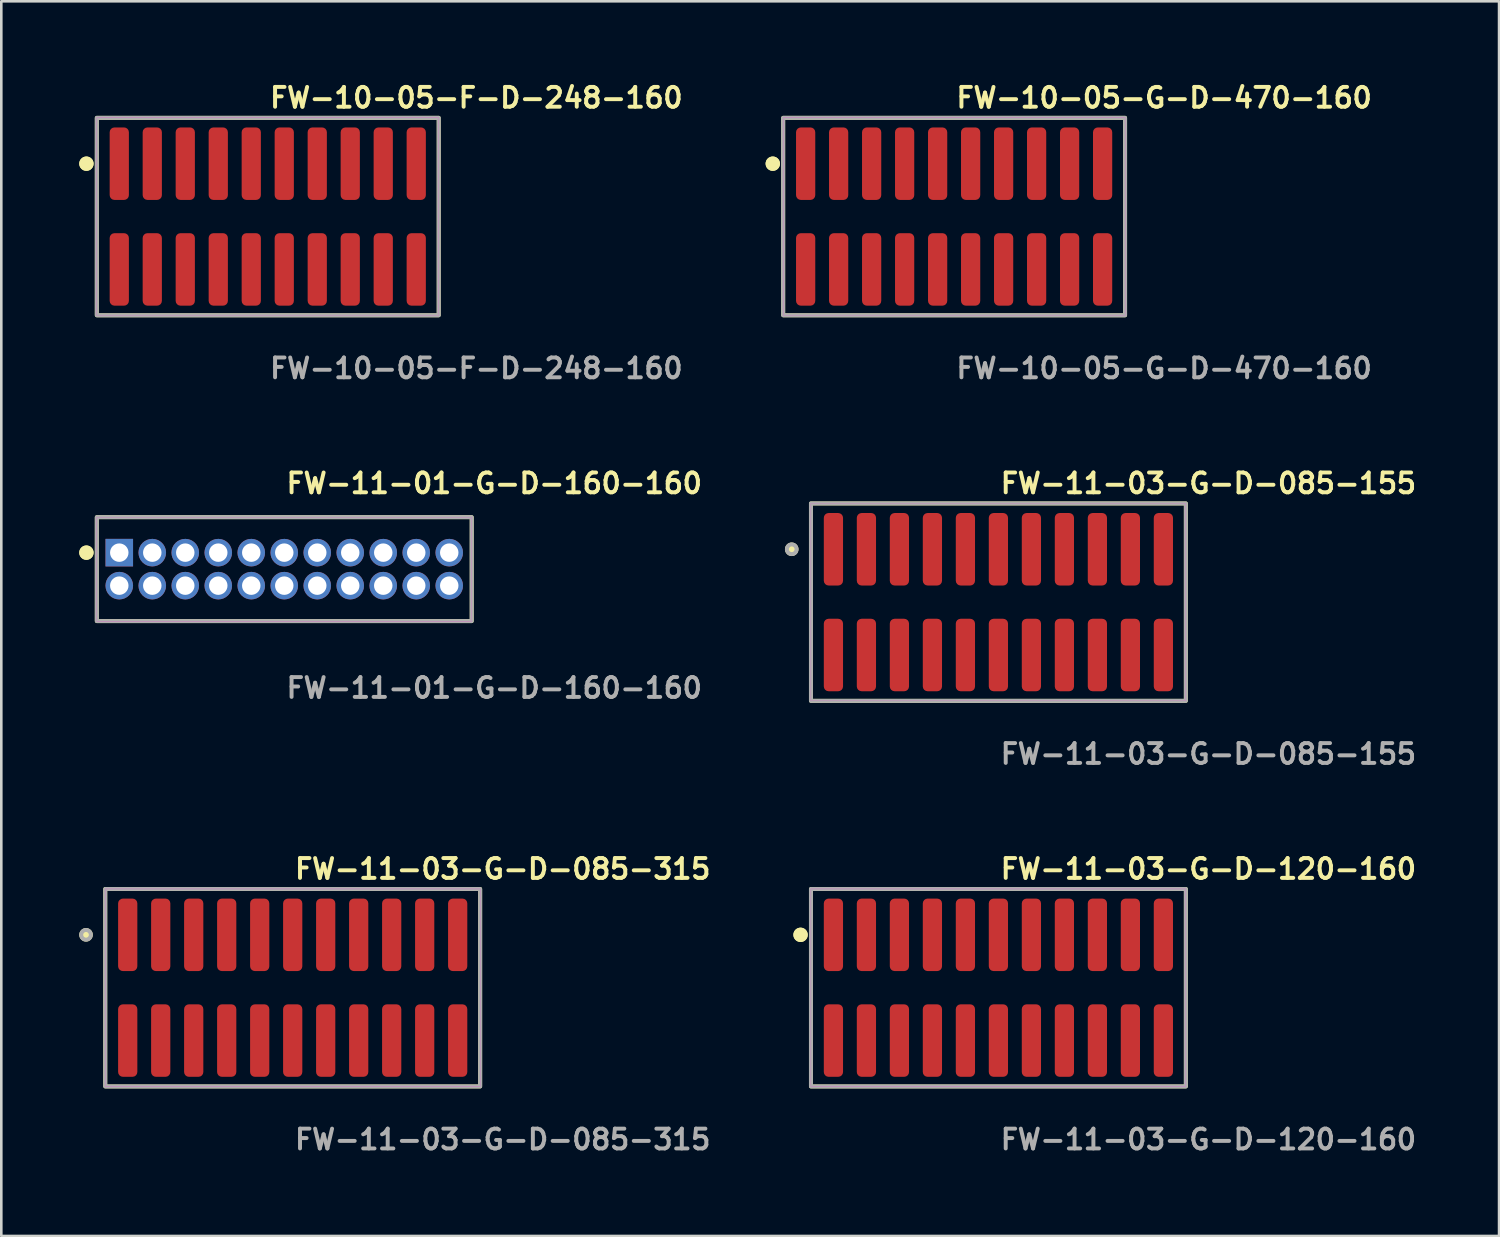
<source format=kicad_pcb>
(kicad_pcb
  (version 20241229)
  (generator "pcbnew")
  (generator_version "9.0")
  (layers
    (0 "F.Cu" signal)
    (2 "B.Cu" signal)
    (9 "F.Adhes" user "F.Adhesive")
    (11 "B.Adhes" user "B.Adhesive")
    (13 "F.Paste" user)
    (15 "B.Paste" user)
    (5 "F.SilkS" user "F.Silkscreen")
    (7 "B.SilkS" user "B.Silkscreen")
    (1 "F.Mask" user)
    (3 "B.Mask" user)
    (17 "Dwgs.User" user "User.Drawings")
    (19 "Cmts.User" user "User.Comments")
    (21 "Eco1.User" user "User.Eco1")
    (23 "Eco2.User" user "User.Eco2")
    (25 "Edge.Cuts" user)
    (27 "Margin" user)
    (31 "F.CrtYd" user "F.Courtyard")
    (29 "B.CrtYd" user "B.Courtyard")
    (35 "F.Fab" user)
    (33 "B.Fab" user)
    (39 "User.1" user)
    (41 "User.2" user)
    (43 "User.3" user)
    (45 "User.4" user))
  (footprint "FW-11-01-G-D-160-160"
    (layer "F.Cu")
    (at 7.891 18.856)
    (property "Reference" "FW-11-01-G-D-160-160" (at 0 -3.302 0) (unlocked yes) (layer "F.SilkS") (effects (font (size 0.762 0.762) (thickness 0.152)) (justify left)))
    (fp_rect (start -7.215 2) (end 7.215 -2) (stroke (width 0.152) (type solid)) (fill no) (layer "F.SilkS"))
    (fp_circle (center -7.615 -0.635) (end -7.815 -0.635) (stroke (width 0.152) (type solid)) (fill yes) (layer "F.SilkS"))
    (fp_circle (center -7.615 -0.635) (end -7.815 -0.635) (stroke (width 0.152) (type solid)) (fill yes) (layer "F.SilkS"))
    (fp_rect (start -7.215 2) (end 7.215 -2) (stroke (width 0.006) (type solid)) (fill no) (layer "F.CrtYd"))
    (fp_rect (start -7.215 2) (end 7.215 -2) (stroke (width 0.152) (type solid)) (fill no) (layer "F.Fab"))
    (fp_text user "${REFERENCE}" (at 0 4.572 0) (unlocked yes) (layer "F.Fab") (effects (font (size 0.762 0.762) (thickness 0.152)) (justify left)))
    (pad "1" thru_hole rect (at -6.35 -0.635) (size 1.06 1.06) (drill 0.71) (layers "*.Cu" "*.Mask"))
    (pad "2" thru_hole circle (at -6.35 0.635) (size 1.06 1.06) (drill 0.71) (layers "*.Cu" "*.Mask"))
    (pad "3" thru_hole circle (at -5.08 -0.635) (size 1.06 1.06) (drill 0.71) (layers "*.Cu" "*.Mask"))
    (pad "4" thru_hole circle (at -5.08 0.635) (size 1.06 1.06) (drill 0.71) (layers "*.Cu" "*.Mask"))
    (pad "5" thru_hole circle (at -3.81 -0.635) (size 1.06 1.06) (drill 0.71) (layers "*.Cu" "*.Mask"))
    (pad "6" thru_hole circle (at -3.81 0.635) (size 1.06 1.06) (drill 0.71) (layers "*.Cu" "*.Mask"))
    (pad "7" thru_hole circle (at -2.54 -0.635) (size 1.06 1.06) (drill 0.71) (layers "*.Cu" "*.Mask"))
    (pad "8" thru_hole circle (at -2.54 0.635) (size 1.06 1.06) (drill 0.71) (layers "*.Cu" "*.Mask"))
    (pad "9" thru_hole circle (at -1.27 -0.635) (size 1.06 1.06) (drill 0.71) (layers "*.Cu" "*.Mask"))
    (pad "10" thru_hole circle (at -1.27 0.635) (size 1.06 1.06) (drill 0.71) (layers "*.Cu" "*.Mask"))
    (pad "11" thru_hole circle (at 0 -0.635) (size 1.06 1.06) (drill 0.71) (layers "*.Cu" "*.Mask"))
    (pad "12" thru_hole circle (at 0 0.635) (size 1.06 1.06) (drill 0.71) (layers "*.Cu" "*.Mask"))
    (pad "13" thru_hole circle (at 1.27 -0.635) (size 1.06 1.06) (drill 0.71) (layers "*.Cu" "*.Mask"))
    (pad "14" thru_hole circle (at 1.27 0.635) (size 1.06 1.06) (drill 0.71) (layers "*.Cu" "*.Mask"))
    (pad "15" thru_hole circle (at 2.54 -0.635) (size 1.06 1.06) (drill 0.71) (layers "*.Cu" "*.Mask"))
    (pad "16" thru_hole circle (at 2.54 0.635) (size 1.06 1.06) (drill 0.71) (layers "*.Cu" "*.Mask"))
    (pad "17" thru_hole circle (at 3.81 -0.635) (size 1.06 1.06) (drill 0.71) (layers "*.Cu" "*.Mask"))
    (pad "18" thru_hole circle (at 3.81 0.635) (size 1.06 1.06) (drill 0.71) (layers "*.Cu" "*.Mask"))
    (pad "19" thru_hole circle (at 5.08 -0.635) (size 1.06 1.06) (drill 0.71) (layers "*.Cu" "*.Mask"))
    (pad "20" thru_hole circle (at 5.08 0.635) (size 1.06 1.06) (drill 0.71) (layers "*.Cu" "*.Mask"))
    (pad "21" thru_hole circle (at 6.35 -0.635) (size 1.06 1.06) (drill 0.71) (layers "*.Cu" "*.Mask"))
    (pad "22" thru_hole circle (at 6.35 0.635) (size 1.06 1.06) (drill 0.71) (layers "*.Cu" "*.Mask")))
  (footprint "FW-11-03-G-D-120-160"
    (layer "F.Cu")
    (at 35.378 34.966)
    (property "Reference" "FW-11-03-G-D-120-160" (at 0 -4.572 0) (unlocked yes) (layer "F.SilkS") (effects (font (size 0.762 0.762) (thickness 0.152)) (justify left)))
    (fp_rect (start -7.215 3.8) (end 7.215 -3.8) (stroke (width 0.152) (type solid)) (fill no) (layer "F.SilkS"))
    (fp_circle (center -7.615 -2.035) (end -7.815 -2.035) (stroke (width 0.152) (type solid)) (fill yes) (layer "F.SilkS"))
    (fp_circle (center -7.615 -2.035) (end -7.815 -2.035) (stroke (width 0.152) (type solid)) (fill yes) (layer "F.SilkS"))
    (fp_rect (start -7.215 3.8) (end 7.215 -3.8) (stroke (width 0.006) (type solid)) (fill no) (layer "F.CrtYd"))
    (fp_rect (start -7.215 3.8) (end 7.215 -3.8) (stroke (width 0.152) (type solid)) (fill no) (layer "F.Fab"))
    (fp_text user "${REFERENCE}" (at 0 5.842 0) (unlocked yes) (layer "F.Fab") (effects (font (size 0.762 0.762) (thickness 0.152)) (justify left)))
    (pad "1" smd roundrect (at -6.35 -2.035) (size 0.74 2.79) (layers "F.Cu" "F.Paste") (roundrect_rratio 0.25))
    (pad "2" smd roundrect (at -6.35 2.035) (size 0.74 2.79) (layers "F.Cu" "F.Paste") (roundrect_rratio 0.25))
    (pad "3" smd roundrect (at -5.08 -2.035) (size 0.74 2.79) (layers "F.Cu" "F.Paste") (roundrect_rratio 0.25))
    (pad "4" smd roundrect (at -5.08 2.035) (size 0.74 2.79) (layers "F.Cu" "F.Paste") (roundrect_rratio 0.25))
    (pad "5" smd roundrect (at -3.81 -2.035) (size 0.74 2.79) (layers "F.Cu" "F.Paste") (roundrect_rratio 0.25))
    (pad "6" smd roundrect (at -3.81 2.035) (size 0.74 2.79) (layers "F.Cu" "F.Paste") (roundrect_rratio 0.25))
    (pad "7" smd roundrect (at -2.54 -2.035) (size 0.74 2.79) (layers "F.Cu" "F.Paste") (roundrect_rratio 0.25))
    (pad "8" smd roundrect (at -2.54 2.035) (size 0.74 2.79) (layers "F.Cu" "F.Paste") (roundrect_rratio 0.25))
    (pad "9" smd roundrect (at -1.27 -2.035) (size 0.74 2.79) (layers "F.Cu" "F.Paste") (roundrect_rratio 0.25))
    (pad "10" smd roundrect (at -1.27 2.035) (size 0.74 2.79) (layers "F.Cu" "F.Paste") (roundrect_rratio 0.25))
    (pad "11" smd roundrect (at 0 -2.035) (size 0.74 2.79) (layers "F.Cu" "F.Paste") (roundrect_rratio 0.25))
    (pad "12" smd roundrect (at 0 2.035) (size 0.74 2.79) (layers "F.Cu" "F.Paste") (roundrect_rratio 0.25))
    (pad "13" smd roundrect (at 1.27 -2.035) (size 0.74 2.79) (layers "F.Cu" "F.Paste") (roundrect_rratio 0.25))
    (pad "14" smd roundrect (at 1.27 2.035) (size 0.74 2.79) (layers "F.Cu" "F.Paste") (roundrect_rratio 0.25))
    (pad "15" smd roundrect (at 2.54 -2.035) (size 0.74 2.79) (layers "F.Cu" "F.Paste") (roundrect_rratio 0.25))
    (pad "16" smd roundrect (at 2.54 2.035) (size 0.74 2.79) (layers "F.Cu" "F.Paste") (roundrect_rratio 0.25))
    (pad "17" smd roundrect (at 3.81 -2.035) (size 0.74 2.79) (layers "F.Cu" "F.Paste") (roundrect_rratio 0.25))
    (pad "18" smd roundrect (at 3.81 2.035) (size 0.74 2.79) (layers "F.Cu" "F.Paste") (roundrect_rratio 0.25))
    (pad "19" smd roundrect (at 5.08 -2.035) (size 0.74 2.79) (layers "F.Cu" "F.Paste") (roundrect_rratio 0.25))
    (pad "20" smd roundrect (at 5.08 2.035) (size 0.74 2.79) (layers "F.Cu" "F.Paste") (roundrect_rratio 0.25))
    (pad "21" smd roundrect (at 6.35 -2.035) (size 0.74 2.79) (layers "F.Cu" "F.Paste") (roundrect_rratio 0.25))
    (pad "22" smd roundrect (at 6.35 2.035) (size 0.74 2.79) (layers "F.Cu" "F.Paste") (roundrect_rratio 0.25)))
  (footprint "FW-11-03-G-D-085-315"
    (layer "F.Cu")
    (at 8.216 34.966)
    (property "Reference" "FW-11-03-G-D-085-315" (at 0 -4.572 0) (unlocked yes) (layer "F.SilkS") (effects (font (size 0.762 0.762) (thickness 0.152)) (justify left)))
    (fp_rect (start -7.215 3.8) (end 7.215 -3.8) (stroke (width 0.152) (type solid)) (fill no) (layer "F.SilkS"))
    (fp_circle (center -7.955 -2.035) (end -8.14 -2.035) (stroke (width 0.152) (type solid)) (fill yes) (layer "F.SilkS"))
    (fp_rect (start -7.215 3.8) (end 7.215 -3.8) (stroke (width 0.006) (type solid)) (fill no) (layer "F.CrtYd"))
    (fp_rect (start -7.215 3.8) (end 7.215 -3.8) (stroke (width 0.152) (type solid)) (fill no) (layer "F.Fab"))
    (fp_circle (center -7.955 -2.035) (end -8.14 -2.035) (stroke (width 0.152) (type solid)) (fill no) (layer "F.Fab"))
    (fp_text user "${REFERENCE}" (at 0 5.842 0) (unlocked yes) (layer "F.Fab") (effects (font (size 0.762 0.762) (thickness 0.152)) (justify left)))
    (pad "1" smd roundrect (at -6.35 -2.035) (size 0.74 2.79) (layers "F.Cu" "F.Paste") (roundrect_rratio 0.25))
    (pad "2" smd roundrect (at -6.35 2.035) (size 0.74 2.79) (layers "F.Cu" "F.Paste") (roundrect_rratio 0.25))
    (pad "3" smd roundrect (at -5.08 -2.035) (size 0.74 2.79) (layers "F.Cu" "F.Paste") (roundrect_rratio 0.25))
    (pad "4" smd roundrect (at -5.08 2.035) (size 0.74 2.79) (layers "F.Cu" "F.Paste") (roundrect_rratio 0.25))
    (pad "5" smd roundrect (at -3.81 -2.035) (size 0.74 2.79) (layers "F.Cu" "F.Paste") (roundrect_rratio 0.25))
    (pad "6" smd roundrect (at -3.81 2.035) (size 0.74 2.79) (layers "F.Cu" "F.Paste") (roundrect_rratio 0.25))
    (pad "7" smd roundrect (at -2.54 -2.035) (size 0.74 2.79) (layers "F.Cu" "F.Paste") (roundrect_rratio 0.25))
    (pad "8" smd roundrect (at -2.54 2.035) (size 0.74 2.79) (layers "F.Cu" "F.Paste") (roundrect_rratio 0.25))
    (pad "9" smd roundrect (at -1.27 -2.035) (size 0.74 2.79) (layers "F.Cu" "F.Paste") (roundrect_rratio 0.25))
    (pad "10" smd roundrect (at -1.27 2.035) (size 0.74 2.79) (layers "F.Cu" "F.Paste") (roundrect_rratio 0.25))
    (pad "11" smd roundrect (at 0 -2.035) (size 0.74 2.79) (layers "F.Cu" "F.Paste") (roundrect_rratio 0.25))
    (pad "12" smd roundrect (at 0 2.035) (size 0.74 2.79) (layers "F.Cu" "F.Paste") (roundrect_rratio 0.25))
    (pad "13" smd roundrect (at 1.27 -2.035) (size 0.74 2.79) (layers "F.Cu" "F.Paste") (roundrect_rratio 0.25))
    (pad "14" smd roundrect (at 1.27 2.035) (size 0.74 2.79) (layers "F.Cu" "F.Paste") (roundrect_rratio 0.25))
    (pad "15" smd roundrect (at 2.54 -2.035) (size 0.74 2.79) (layers "F.Cu" "F.Paste") (roundrect_rratio 0.25))
    (pad "16" smd roundrect (at 2.54 2.035) (size 0.74 2.79) (layers "F.Cu" "F.Paste") (roundrect_rratio 0.25))
    (pad "17" smd roundrect (at 3.81 -2.035) (size 0.74 2.79) (layers "F.Cu" "F.Paste") (roundrect_rratio 0.25))
    (pad "18" smd roundrect (at 3.81 2.035) (size 0.74 2.79) (layers "F.Cu" "F.Paste") (roundrect_rratio 0.25))
    (pad "19" smd roundrect (at 5.08 -2.035) (size 0.74 2.79) (layers "F.Cu" "F.Paste") (roundrect_rratio 0.25))
    (pad "20" smd roundrect (at 5.08 2.035) (size 0.74 2.79) (layers "F.Cu" "F.Paste") (roundrect_rratio 0.25))
    (pad "21" smd roundrect (at 6.35 -2.035) (size 0.74 2.79) (layers "F.Cu" "F.Paste") (roundrect_rratio 0.25))
    (pad "22" smd roundrect (at 6.35 2.035) (size 0.74 2.79) (layers "F.Cu" "F.Paste") (roundrect_rratio 0.25)))
  (footprint "FW-10-05-F-D-248-160"
    (layer "F.Cu")
    (at 7.256 5.285)
    (property "Reference" "FW-10-05-F-D-248-160" (at 0 -4.572 0) (unlocked yes) (layer "F.SilkS") (effects (font (size 0.762 0.762) (thickness 0.152)) (justify left)))
    (fp_rect (start -6.58 3.8) (end 6.58 -3.8) (stroke (width 0.152) (type solid)) (fill no) (layer "F.SilkS"))
    (fp_circle (center -6.98 -2.035) (end -7.18 -2.035) (stroke (width 0.152) (type solid)) (fill yes) (layer "F.SilkS"))
    (fp_circle (center -6.98 -2.035) (end -7.18 -2.035) (stroke (width 0.152) (type solid)) (fill yes) (layer "F.SilkS"))
    (fp_rect (start -6.58 3.8) (end 6.58 -3.8) (stroke (width 0.006) (type solid)) (fill no) (layer "F.CrtYd"))
    (fp_rect (start -6.58 3.8) (end 6.58 -3.8) (stroke (width 0.152) (type solid)) (fill no) (layer "F.Fab"))
    (fp_text user "${REFERENCE}" (at 0 5.842 0) (unlocked yes) (layer "F.Fab") (effects (font (size 0.762 0.762) (thickness 0.152)) (justify left)))
    (pad "1" smd roundrect (at -5.715 -2.035) (size 0.74 2.79) (layers "F.Cu" "F.Paste") (roundrect_rratio 0.25))
    (pad "2" smd roundrect (at -5.715 2.035) (size 0.74 2.79) (layers "F.Cu" "F.Paste") (roundrect_rratio 0.25))
    (pad "3" smd roundrect (at -4.445 -2.035) (size 0.74 2.79) (layers "F.Cu" "F.Paste") (roundrect_rratio 0.25))
    (pad "4" smd roundrect (at -4.445 2.035) (size 0.74 2.79) (layers "F.Cu" "F.Paste") (roundrect_rratio 0.25))
    (pad "5" smd roundrect (at -3.175 -2.035) (size 0.74 2.79) (layers "F.Cu" "F.Paste") (roundrect_rratio 0.25))
    (pad "6" smd roundrect (at -3.175 2.035) (size 0.74 2.79) (layers "F.Cu" "F.Paste") (roundrect_rratio 0.25))
    (pad "7" smd roundrect (at -1.905 -2.035) (size 0.74 2.79) (layers "F.Cu" "F.Paste") (roundrect_rratio 0.25))
    (pad "8" smd roundrect (at -1.905 2.035) (size 0.74 2.79) (layers "F.Cu" "F.Paste") (roundrect_rratio 0.25))
    (pad "9" smd roundrect (at -0.635 -2.035) (size 0.74 2.79) (layers "F.Cu" "F.Paste") (roundrect_rratio 0.25))
    (pad "10" smd roundrect (at -0.635 2.035) (size 0.74 2.79) (layers "F.Cu" "F.Paste") (roundrect_rratio 0.25))
    (pad "11" smd roundrect (at 0.635 -2.035) (size 0.74 2.79) (layers "F.Cu" "F.Paste") (roundrect_rratio 0.25))
    (pad "12" smd roundrect (at 0.635 2.035) (size 0.74 2.79) (layers "F.Cu" "F.Paste") (roundrect_rratio 0.25))
    (pad "13" smd roundrect (at 1.905 -2.035) (size 0.74 2.79) (layers "F.Cu" "F.Paste") (roundrect_rratio 0.25))
    (pad "14" smd roundrect (at 1.905 2.035) (size 0.74 2.79) (layers "F.Cu" "F.Paste") (roundrect_rratio 0.25))
    (pad "15" smd roundrect (at 3.175 -2.035) (size 0.74 2.79) (layers "F.Cu" "F.Paste") (roundrect_rratio 0.25))
    (pad "16" smd roundrect (at 3.175 2.035) (size 0.74 2.79) (layers "F.Cu" "F.Paste") (roundrect_rratio 0.25))
    (pad "17" smd roundrect (at 4.445 -2.035) (size 0.74 2.79) (layers "F.Cu" "F.Paste") (roundrect_rratio 0.25))
    (pad "18" smd roundrect (at 4.445 2.035) (size 0.74 2.79) (layers "F.Cu" "F.Paste") (roundrect_rratio 0.25))
    (pad "19" smd roundrect (at 5.715 -2.035) (size 0.74 2.79) (layers "F.Cu" "F.Paste") (roundrect_rratio 0.25))
    (pad "20" smd roundrect (at 5.715 2.035) (size 0.74 2.79) (layers "F.Cu" "F.Paste") (roundrect_rratio 0.25)))
  (footprint "FW-11-03-G-D-085-155"
    (layer "F.Cu")
    (at 35.378 20.126)
    (property "Reference" "FW-11-03-G-D-085-155" (at 0 -4.572 0) (unlocked yes) (layer "F.SilkS") (effects (font (size 0.762 0.762) (thickness 0.152)) (justify left)))
    (fp_rect (start -7.215 3.8) (end 7.215 -3.8) (stroke (width 0.152) (type solid)) (fill no) (layer "F.SilkS"))
    (fp_circle (center -7.955 -2.035) (end -8.14 -2.035) (stroke (width 0.152) (type solid)) (fill yes) (layer "F.SilkS"))
    (fp_rect (start -7.215 3.8) (end 7.215 -3.8) (stroke (width 0.006) (type solid)) (fill no) (layer "F.CrtYd"))
    (fp_rect (start -7.215 3.8) (end 7.215 -3.8) (stroke (width 0.152) (type solid)) (fill no) (layer "F.Fab"))
    (fp_circle (center -7.955 -2.035) (end -8.14 -2.035) (stroke (width 0.152) (type solid)) (fill no) (layer "F.Fab"))
    (fp_text user "${REFERENCE}" (at 0 5.842 0) (unlocked yes) (layer "F.Fab") (effects (font (size 0.762 0.762) (thickness 0.152)) (justify left)))
    (pad "1" smd roundrect (at -6.35 -2.035) (size 0.74 2.79) (layers "F.Cu" "F.Paste") (roundrect_rratio 0.25))
    (pad "2" smd roundrect (at -6.35 2.035) (size 0.74 2.79) (layers "F.Cu" "F.Paste") (roundrect_rratio 0.25))
    (pad "3" smd roundrect (at -5.08 -2.035) (size 0.74 2.79) (layers "F.Cu" "F.Paste") (roundrect_rratio 0.25))
    (pad "4" smd roundrect (at -5.08 2.035) (size 0.74 2.79) (layers "F.Cu" "F.Paste") (roundrect_rratio 0.25))
    (pad "5" smd roundrect (at -3.81 -2.035) (size 0.74 2.79) (layers "F.Cu" "F.Paste") (roundrect_rratio 0.25))
    (pad "6" smd roundrect (at -3.81 2.035) (size 0.74 2.79) (layers "F.Cu" "F.Paste") (roundrect_rratio 0.25))
    (pad "7" smd roundrect (at -2.54 -2.035) (size 0.74 2.79) (layers "F.Cu" "F.Paste") (roundrect_rratio 0.25))
    (pad "8" smd roundrect (at -2.54 2.035) (size 0.74 2.79) (layers "F.Cu" "F.Paste") (roundrect_rratio 0.25))
    (pad "9" smd roundrect (at -1.27 -2.035) (size 0.74 2.79) (layers "F.Cu" "F.Paste") (roundrect_rratio 0.25))
    (pad "10" smd roundrect (at -1.27 2.035) (size 0.74 2.79) (layers "F.Cu" "F.Paste") (roundrect_rratio 0.25))
    (pad "11" smd roundrect (at 0 -2.035) (size 0.74 2.79) (layers "F.Cu" "F.Paste") (roundrect_rratio 0.25))
    (pad "12" smd roundrect (at 0 2.035) (size 0.74 2.79) (layers "F.Cu" "F.Paste") (roundrect_rratio 0.25))
    (pad "13" smd roundrect (at 1.27 -2.035) (size 0.74 2.79) (layers "F.Cu" "F.Paste") (roundrect_rratio 0.25))
    (pad "14" smd roundrect (at 1.27 2.035) (size 0.74 2.79) (layers "F.Cu" "F.Paste") (roundrect_rratio 0.25))
    (pad "15" smd roundrect (at 2.54 -2.035) (size 0.74 2.79) (layers "F.Cu" "F.Paste") (roundrect_rratio 0.25))
    (pad "16" smd roundrect (at 2.54 2.035) (size 0.74 2.79) (layers "F.Cu" "F.Paste") (roundrect_rratio 0.25))
    (pad "17" smd roundrect (at 3.81 -2.035) (size 0.74 2.79) (layers "F.Cu" "F.Paste") (roundrect_rratio 0.25))
    (pad "18" smd roundrect (at 3.81 2.035) (size 0.74 2.79) (layers "F.Cu" "F.Paste") (roundrect_rratio 0.25))
    (pad "19" smd roundrect (at 5.08 -2.035) (size 0.74 2.79) (layers "F.Cu" "F.Paste") (roundrect_rratio 0.25))
    (pad "20" smd roundrect (at 5.08 2.035) (size 0.74 2.79) (layers "F.Cu" "F.Paste") (roundrect_rratio 0.25))
    (pad "21" smd roundrect (at 6.35 -2.035) (size 0.74 2.79) (layers "F.Cu" "F.Paste") (roundrect_rratio 0.25))
    (pad "22" smd roundrect (at 6.35 2.035) (size 0.74 2.79) (layers "F.Cu" "F.Paste") (roundrect_rratio 0.25)))
  (footprint "FW-10-05-G-D-470-160"
    (layer "F.Cu")
    (at 33.674 5.285)
    (property "Reference" "FW-10-05-G-D-470-160" (at 0 -4.572 0) (unlocked yes) (layer "F.SilkS") (effects (font (size 0.762 0.762) (thickness 0.152)) (justify left)))
    (fp_rect (start -6.58 3.8) (end 6.58 -3.8) (stroke (width 0.152) (type solid)) (fill no) (layer "F.SilkS"))
    (fp_circle (center -6.98 -2.035) (end -7.18 -2.035) (stroke (width 0.152) (type solid)) (fill yes) (layer "F.SilkS"))
    (fp_circle (center -6.98 -2.035) (end -7.18 -2.035) (stroke (width 0.152) (type solid)) (fill yes) (layer "F.SilkS"))
    (fp_rect (start -6.58 3.8) (end 6.58 -3.8) (stroke (width 0.006) (type solid)) (fill no) (layer "F.CrtYd"))
    (fp_rect (start -6.58 3.8) (end 6.58 -3.8) (stroke (width 0.152) (type solid)) (fill no) (layer "F.Fab"))
    (fp_text user "${REFERENCE}" (at 0 5.842 0) (unlocked yes) (layer "F.Fab") (effects (font (size 0.762 0.762) (thickness 0.152)) (justify left)))
    (pad "1" smd roundrect (at -5.715 -2.035) (size 0.74 2.79) (layers "F.Cu" "F.Paste") (roundrect_rratio 0.25))
    (pad "2" smd roundrect (at -5.715 2.035) (size 0.74 2.79) (layers "F.Cu" "F.Paste") (roundrect_rratio 0.25))
    (pad "3" smd roundrect (at -4.445 -2.035) (size 0.74 2.79) (layers "F.Cu" "F.Paste") (roundrect_rratio 0.25))
    (pad "4" smd roundrect (at -4.445 2.035) (size 0.74 2.79) (layers "F.Cu" "F.Paste") (roundrect_rratio 0.25))
    (pad "5" smd roundrect (at -3.175 -2.035) (size 0.74 2.79) (layers "F.Cu" "F.Paste") (roundrect_rratio 0.25))
    (pad "6" smd roundrect (at -3.175 2.035) (size 0.74 2.79) (layers "F.Cu" "F.Paste") (roundrect_rratio 0.25))
    (pad "7" smd roundrect (at -1.905 -2.035) (size 0.74 2.79) (layers "F.Cu" "F.Paste") (roundrect_rratio 0.25))
    (pad "8" smd roundrect (at -1.905 2.035) (size 0.74 2.79) (layers "F.Cu" "F.Paste") (roundrect_rratio 0.25))
    (pad "9" smd roundrect (at -0.635 -2.035) (size 0.74 2.79) (layers "F.Cu" "F.Paste") (roundrect_rratio 0.25))
    (pad "10" smd roundrect (at -0.635 2.035) (size 0.74 2.79) (layers "F.Cu" "F.Paste") (roundrect_rratio 0.25))
    (pad "11" smd roundrect (at 0.635 -2.035) (size 0.74 2.79) (layers "F.Cu" "F.Paste") (roundrect_rratio 0.25))
    (pad "12" smd roundrect (at 0.635 2.035) (size 0.74 2.79) (layers "F.Cu" "F.Paste") (roundrect_rratio 0.25))
    (pad "13" smd roundrect (at 1.905 -2.035) (size 0.74 2.79) (layers "F.Cu" "F.Paste") (roundrect_rratio 0.25))
    (pad "14" smd roundrect (at 1.905 2.035) (size 0.74 2.79) (layers "F.Cu" "F.Paste") (roundrect_rratio 0.25))
    (pad "15" smd roundrect (at 3.175 -2.035) (size 0.74 2.79) (layers "F.Cu" "F.Paste") (roundrect_rratio 0.25))
    (pad "16" smd roundrect (at 3.175 2.035) (size 0.74 2.79) (layers "F.Cu" "F.Paste") (roundrect_rratio 0.25))
    (pad "17" smd roundrect (at 4.445 -2.035) (size 0.74 2.79) (layers "F.Cu" "F.Paste") (roundrect_rratio 0.25))
    (pad "18" smd roundrect (at 4.445 2.035) (size 0.74 2.79) (layers "F.Cu" "F.Paste") (roundrect_rratio 0.25))
    (pad "19" smd roundrect (at 5.715 -2.035) (size 0.74 2.79) (layers "F.Cu" "F.Paste") (roundrect_rratio 0.25))
    (pad "20" smd roundrect (at 5.715 2.035) (size 0.74 2.79) (layers "F.Cu" "F.Paste") (roundrect_rratio 0.25)))
  (gr_rect
    (start -3 -3)
    (end 54.648 44.521)
    (stroke (width 0.1) (type default))
    (fill no)
    (layer "Edge.Cuts")))
</source>
